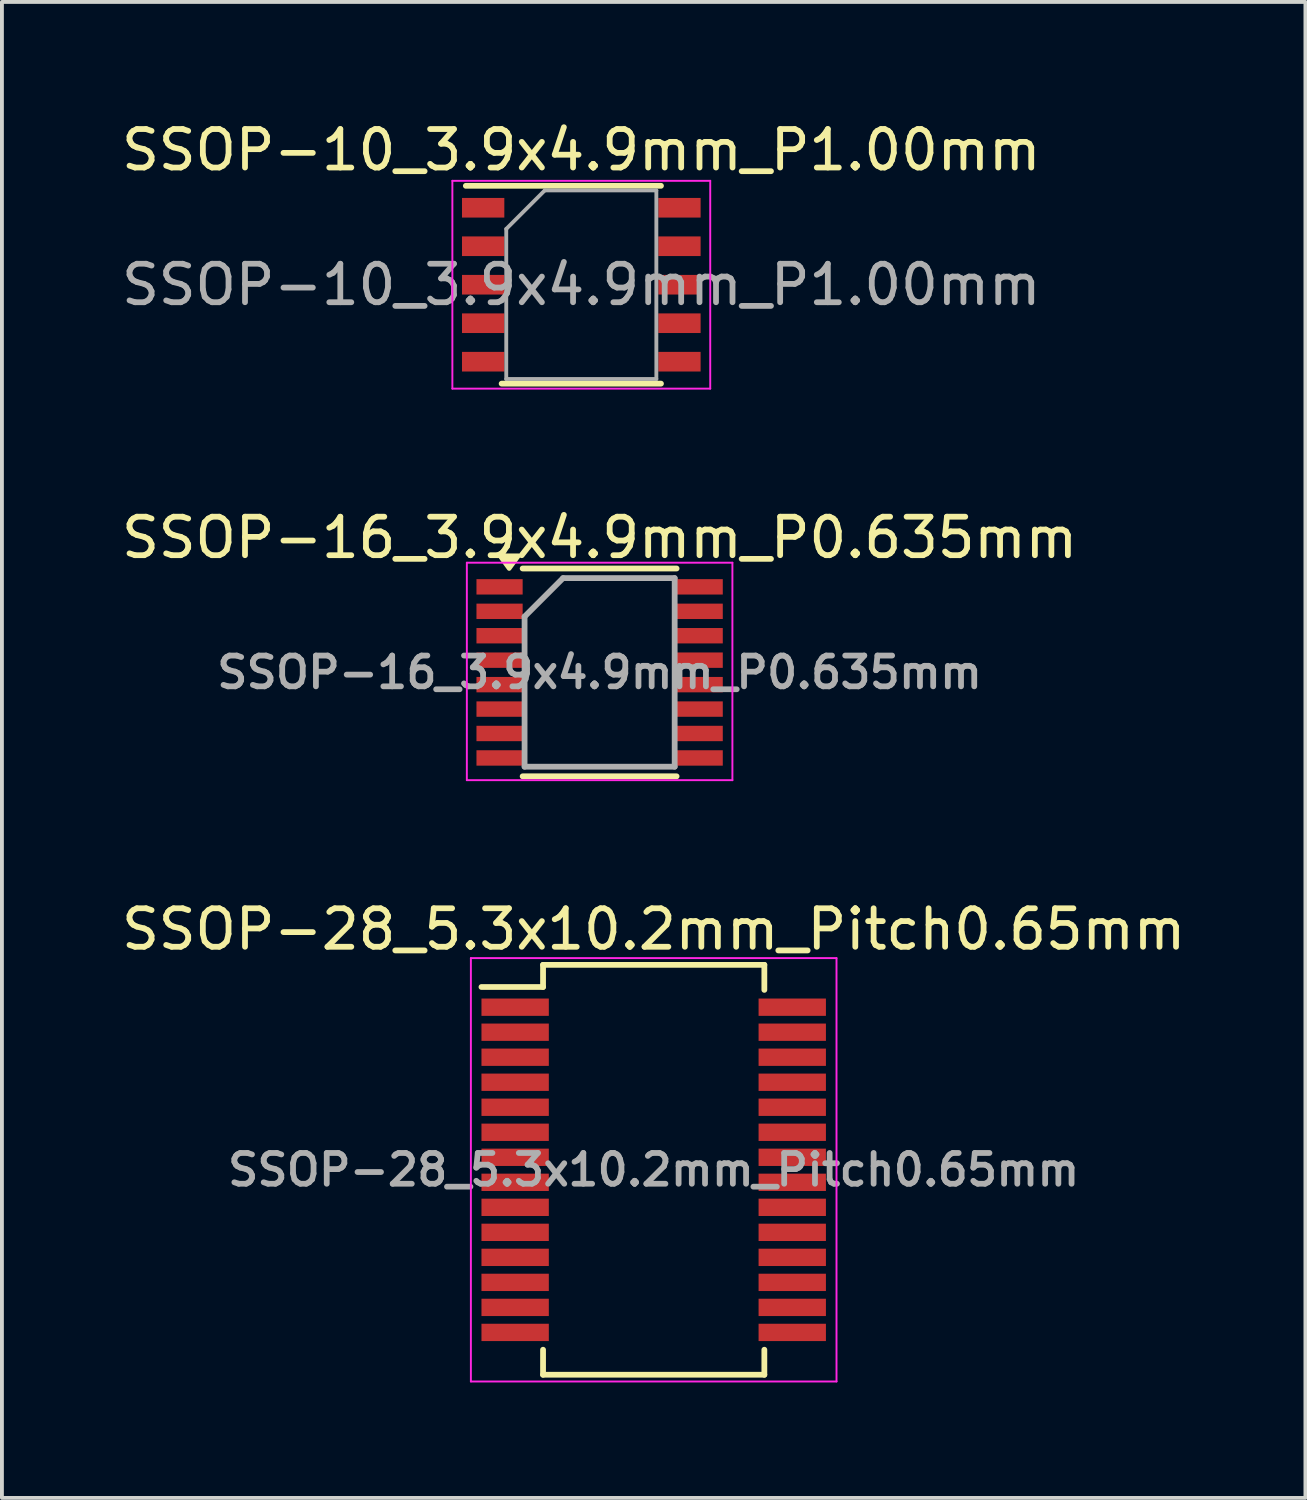
<source format=kicad_pcb>
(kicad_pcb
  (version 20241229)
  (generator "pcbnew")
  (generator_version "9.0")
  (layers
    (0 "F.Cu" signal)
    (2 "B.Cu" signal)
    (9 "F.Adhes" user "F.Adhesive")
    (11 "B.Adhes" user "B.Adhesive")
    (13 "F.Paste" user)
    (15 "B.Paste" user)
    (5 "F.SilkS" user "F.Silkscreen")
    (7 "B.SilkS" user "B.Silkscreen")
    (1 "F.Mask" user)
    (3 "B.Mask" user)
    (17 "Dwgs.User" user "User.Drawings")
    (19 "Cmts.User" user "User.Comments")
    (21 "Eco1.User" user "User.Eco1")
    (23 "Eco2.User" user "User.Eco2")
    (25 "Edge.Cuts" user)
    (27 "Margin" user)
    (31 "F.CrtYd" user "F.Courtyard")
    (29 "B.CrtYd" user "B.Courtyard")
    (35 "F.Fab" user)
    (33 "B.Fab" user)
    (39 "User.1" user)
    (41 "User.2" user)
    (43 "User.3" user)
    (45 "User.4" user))
  (footprint "SSOP-28_5.3x10.2mm_Pitch0.65mm"
    (layer "F.Cu")
    (at 13.935 27.345)
    (property "Reference" "SSOP-28_5.3x10.2mm_Pitch0.65mm" (at 0 -6.25 0) (layer "F.SilkS") (effects (font (size 1 1) (thickness 0.15))))
    (attr smd)
    (fp_line (start -2.875 -5.325) (end -2.875 -4.75) (stroke (width 0.15) (type solid)) (layer "F.SilkS"))
    (fp_line (start -2.875 -5.325) (end 2.875 -5.325) (stroke (width 0.15) (type solid)) (layer "F.SilkS"))
    (fp_line (start -2.875 -4.75) (end -4.475 -4.75) (stroke (width 0.15) (type solid)) (layer "F.SilkS"))
    (fp_line (start -2.875 5.325) (end -2.875 4.675) (stroke (width 0.15) (type solid)) (layer "F.SilkS"))
    (fp_line (start -2.875 5.325) (end 2.875 5.325) (stroke (width 0.15) (type solid)) (layer "F.SilkS"))
    (fp_line (start 2.875 -5.325) (end 2.875 -4.675) (stroke (width 0.15) (type solid)) (layer "F.SilkS"))
    (fp_line (start 2.875 5.325) (end 2.875 4.675) (stroke (width 0.15) (type solid)) (layer "F.SilkS"))
    (fp_line (start -4.75 -5.5) (end -4.75 5.5) (stroke (width 0.05) (type solid)) (layer "F.CrtYd"))
    (fp_line (start -4.75 -5.5) (end 4.75 -5.5) (stroke (width 0.05) (type solid)) (layer "F.CrtYd"))
    (fp_line (start -4.75 5.5) (end 4.75 5.5) (stroke (width 0.05) (type solid)) (layer "F.CrtYd"))
    (fp_line (start 4.75 -5.5) (end 4.75 5.5) (stroke (width 0.05) (type solid)) (layer "F.CrtYd"))
    (fp_text user "${REFERENCE}" (at 0 0 0) (layer "F.Fab") (effects (font (size 0.8 0.8) (thickness 0.15))))
    (pad "1" smd rect (at -3.6 -4.225) (size 1.75 0.45) (layers "F.Cu" "F.Mask" "F.Paste"))
    (pad "2" smd rect (at -3.6 -3.575) (size 1.75 0.45) (layers "F.Cu" "F.Mask" "F.Paste"))
    (pad "3" smd rect (at -3.6 -2.925) (size 1.75 0.45) (layers "F.Cu" "F.Mask" "F.Paste"))
    (pad "4" smd rect (at -3.6 -2.275) (size 1.75 0.45) (layers "F.Cu" "F.Mask" "F.Paste"))
    (pad "5" smd rect (at -3.6 -1.625) (size 1.75 0.45) (layers "F.Cu" "F.Mask" "F.Paste"))
    (pad "6" smd rect (at -3.6 -0.975) (size 1.75 0.45) (layers "F.Cu" "F.Mask" "F.Paste"))
    (pad "7" smd rect (at -3.6 -0.325) (size 1.75 0.45) (layers "F.Cu" "F.Mask" "F.Paste"))
    (pad "8" smd rect (at -3.6 0.325) (size 1.75 0.45) (layers "F.Cu" "F.Mask" "F.Paste"))
    (pad "9" smd rect (at -3.6 0.975) (size 1.75 0.45) (layers "F.Cu" "F.Mask" "F.Paste"))
    (pad "10" smd rect (at -3.6 1.625) (size 1.75 0.45) (layers "F.Cu" "F.Mask" "F.Paste"))
    (pad "11" smd rect (at -3.6 2.275) (size 1.75 0.45) (layers "F.Cu" "F.Mask" "F.Paste"))
    (pad "12" smd rect (at -3.6 2.925) (size 1.75 0.45) (layers "F.Cu" "F.Mask" "F.Paste"))
    (pad "13" smd rect (at -3.6 3.575) (size 1.75 0.45) (layers "F.Cu" "F.Mask" "F.Paste"))
    (pad "14" smd rect (at -3.6 4.225) (size 1.75 0.45) (layers "F.Cu" "F.Mask" "F.Paste"))
    (pad "15" smd rect (at 3.6 4.225) (size 1.75 0.45) (layers "F.Cu" "F.Mask" "F.Paste"))
    (pad "16" smd rect (at 3.6 3.575) (size 1.75 0.45) (layers "F.Cu" "F.Mask" "F.Paste"))
    (pad "17" smd rect (at 3.6 2.925) (size 1.75 0.45) (layers "F.Cu" "F.Mask" "F.Paste"))
    (pad "18" smd rect (at 3.6 2.275) (size 1.75 0.45) (layers "F.Cu" "F.Mask" "F.Paste"))
    (pad "19" smd rect (at 3.6 1.625) (size 1.75 0.45) (layers "F.Cu" "F.Mask" "F.Paste"))
    (pad "20" smd rect (at 3.6 0.975) (size 1.75 0.45) (layers "F.Cu" "F.Mask" "F.Paste"))
    (pad "21" smd rect (at 3.6 0.325) (size 1.75 0.45) (layers "F.Cu" "F.Mask" "F.Paste"))
    (pad "22" smd rect (at 3.6 -0.325) (size 1.75 0.45) (layers "F.Cu" "F.Mask" "F.Paste"))
    (pad "23" smd rect (at 3.6 -0.975) (size 1.75 0.45) (layers "F.Cu" "F.Mask" "F.Paste"))
    (pad "24" smd rect (at 3.6 -1.625) (size 1.75 0.45) (layers "F.Cu" "F.Mask" "F.Paste"))
    (pad "25" smd rect (at 3.6 -2.275) (size 1.75 0.45) (layers "F.Cu" "F.Mask" "F.Paste"))
    (pad "26" smd rect (at 3.6 -2.925) (size 1.75 0.45) (layers "F.Cu" "F.Mask" "F.Paste"))
    (pad "27" smd rect (at 3.6 -3.575) (size 1.75 0.45) (layers "F.Cu" "F.Mask" "F.Paste"))
    (pad "28" smd rect (at 3.6 -4.225) (size 1.75 0.45) (layers "F.Cu" "F.Mask" "F.Paste")))
  (footprint "SSOP-10_3.9x4.9mm_P1.00mm"
    (layer "F.Cu")
    (at 12.054 4.348)
    (property "Reference" "SSOP-10_3.9x4.9mm_P1.00mm" (at 0 -3.5 0) (layer "F.SilkS") (effects (font (size 1 1) (thickness 0.15))))
    (attr smd)
    (fp_line (start -3 -2.57) (end 2.07 -2.57) (stroke (width 0.15) (type solid)) (layer "F.SilkS"))
    (fp_line (start -2.07 2.57) (end 2.07 2.57) (stroke (width 0.15) (type solid)) (layer "F.SilkS"))
    (fp_line (start -3.35 -2.7) (end -3.35 2.7) (stroke (width 0.05) (type solid)) (layer "F.CrtYd"))
    (fp_line (start -3.35 -2.7) (end 3.35 -2.7) (stroke (width 0.05) (type solid)) (layer "F.CrtYd"))
    (fp_line (start -3.35 2.7) (end 3.35 2.7) (stroke (width 0.05) (type solid)) (layer "F.CrtYd"))
    (fp_line (start 3.35 -2.7) (end 3.35 2.7) (stroke (width 0.05) (type solid)) (layer "F.CrtYd"))
    (fp_line (start -1.95 -1.45) (end -0.95 -2.45) (stroke (width 0.1) (type solid)) (layer "F.Fab"))
    (fp_line (start -1.95 2.45) (end -1.95 -1.45) (stroke (width 0.1) (type solid)) (layer "F.Fab"))
    (fp_line (start -0.95 -2.45) (end 1.95 -2.45) (stroke (width 0.1) (type solid)) (layer "F.Fab"))
    (fp_line (start 1.95 -2.45) (end 1.95 2.45) (stroke (width 0.1) (type solid)) (layer "F.Fab"))
    (fp_line (start 1.95 2.45) (end -1.95 2.45) (stroke (width 0.1) (type solid)) (layer "F.Fab"))
    (fp_text user "${REFERENCE}" (at 0 0 0) (layer "F.Fab") (effects (font (size 1 1) (thickness 0.15))))
    (pad "1" smd rect (at -2.55 -2) (size 1.1 0.51) (layers "F.Cu" "F.Mask" "F.Paste"))
    (pad "2" smd rect (at -2.55 -1) (size 1.1 0.51) (layers "F.Cu" "F.Mask" "F.Paste"))
    (pad "3" smd rect (at -2.55 0) (size 1.1 0.51) (layers "F.Cu" "F.Mask" "F.Paste"))
    (pad "4" smd rect (at -2.55 1) (size 1.1 0.51) (layers "F.Cu" "F.Mask" "F.Paste"))
    (pad "5" smd rect (at -2.55 2) (size 1.1 0.51) (layers "F.Cu" "F.Mask" "F.Paste"))
    (pad "6" smd rect (at 2.55 2) (size 1.1 0.51) (layers "F.Cu" "F.Mask" "F.Paste"))
    (pad "7" smd rect (at 2.55 1) (size 1.1 0.51) (layers "F.Cu" "F.Mask" "F.Paste"))
    (pad "8" smd rect (at 2.55 0) (size 1.1 0.51) (layers "F.Cu" "F.Mask" "F.Paste"))
    (pad "9" smd rect (at 2.55 -1) (size 1.1 0.51) (layers "F.Cu" "F.Mask" "F.Paste"))
    (pad "10" smd rect (at 2.55 -2) (size 1.1 0.51) (layers "F.Cu" "F.Mask" "F.Paste")))
  (footprint "SSOP-16_3.9x4.9mm_P0.635mm"
    (layer "F.Cu")
    (at 12.53 14.421)
    (property "Reference" "SSOP-16_3.9x4.9mm_P0.635mm" (at 0 -3.5 0) (layer "F.SilkS") (effects (font (size 1 1) (thickness 0.15))))
    (attr smd)
    (fp_line (start -2 -2.7) (end 2 -2.7) (stroke (width 0.15) (type solid)) (layer "F.SilkS"))
    (fp_line (start -2 2.7) (end 2 2.7) (stroke (width 0.15) (type solid)) (layer "F.SilkS"))
    (fp_poly (pts (xy -2.35 -2.7) (xy -2.59 -3.03) (xy -2.11 -3.03) (xy -2.35 -2.7)) (stroke (width 0.12) (type solid)) (fill yes) (layer "F.SilkS"))
    (fp_line (start -3.45 -2.85) (end -3.45 2.8) (stroke (width 0.05) (type solid)) (layer "F.CrtYd"))
    (fp_line (start -3.45 -2.85) (end 3.45 -2.85) (stroke (width 0.05) (type solid)) (layer "F.CrtYd"))
    (fp_line (start -3.45 2.8) (end 3.45 2.8) (stroke (width 0.05) (type solid)) (layer "F.CrtYd"))
    (fp_line (start 3.45 -2.85) (end 3.45 2.8) (stroke (width 0.05) (type solid)) (layer "F.CrtYd"))
    (fp_line (start -1.95 -1.45) (end -0.95 -2.45) (stroke (width 0.15) (type solid)) (layer "F.Fab"))
    (fp_line (start -1.95 2.45) (end -1.95 -1.45) (stroke (width 0.15) (type solid)) (layer "F.Fab"))
    (fp_line (start -0.95 -2.45) (end 1.95 -2.45) (stroke (width 0.15) (type solid)) (layer "F.Fab"))
    (fp_line (start 1.95 -2.45) (end 1.95 2.45) (stroke (width 0.15) (type solid)) (layer "F.Fab"))
    (fp_line (start 1.95 2.45) (end -1.95 2.45) (stroke (width 0.15) (type solid)) (layer "F.Fab"))
    (fp_text user "${REFERENCE}" (at 0 0 0) (layer "F.Fab") (effects (font (size 0.8 0.8) (thickness 0.15))))
    (pad "1" smd rect (at -2.6 -2.223) (size 1.2 0.4) (layers "F.Cu" "F.Mask" "F.Paste"))
    (pad "2" smd rect (at -2.6 -1.587) (size 1.2 0.4) (layers "F.Cu" "F.Mask" "F.Paste"))
    (pad "3" smd rect (at -2.6 -0.953) (size 1.2 0.4) (layers "F.Cu" "F.Mask" "F.Paste"))
    (pad "4" smd rect (at -2.6 -0.318) (size 1.2 0.4) (layers "F.Cu" "F.Mask" "F.Paste"))
    (pad "5" smd rect (at -2.6 0.318) (size 1.2 0.4) (layers "F.Cu" "F.Mask" "F.Paste"))
    (pad "6" smd rect (at -2.6 0.953) (size 1.2 0.4) (layers "F.Cu" "F.Mask" "F.Paste"))
    (pad "7" smd rect (at -2.6 1.587) (size 1.2 0.4) (layers "F.Cu" "F.Mask" "F.Paste"))
    (pad "8" smd rect (at -2.6 2.223) (size 1.2 0.4) (layers "F.Cu" "F.Mask" "F.Paste"))
    (pad "9" smd rect (at 2.6 2.223) (size 1.2 0.4) (layers "F.Cu" "F.Mask" "F.Paste"))
    (pad "10" smd rect (at 2.6 1.587) (size 1.2 0.4) (layers "F.Cu" "F.Mask" "F.Paste"))
    (pad "11" smd rect (at 2.6 0.953) (size 1.2 0.4) (layers "F.Cu" "F.Mask" "F.Paste"))
    (pad "12" smd rect (at 2.6 0.318) (size 1.2 0.4) (layers "F.Cu" "F.Mask" "F.Paste"))
    (pad "13" smd rect (at 2.6 -0.318) (size 1.2 0.4) (layers "F.Cu" "F.Mask" "F.Paste"))
    (pad "14" smd rect (at 2.6 -0.953) (size 1.2 0.4) (layers "F.Cu" "F.Mask" "F.Paste"))
    (pad "15" smd rect (at 2.6 -1.587) (size 1.2 0.4) (layers "F.Cu" "F.Mask" "F.Paste"))
    (pad "16" smd rect (at 2.6 -2.223) (size 1.2 0.4) (layers "F.Cu" "F.Mask" "F.Paste")))
  (gr_rect
    (start -3 -3)
    (end 30.869 35.87)
    (stroke (width 0.1) (type default))
    (fill no)
    (layer "Edge.Cuts")))
</source>
